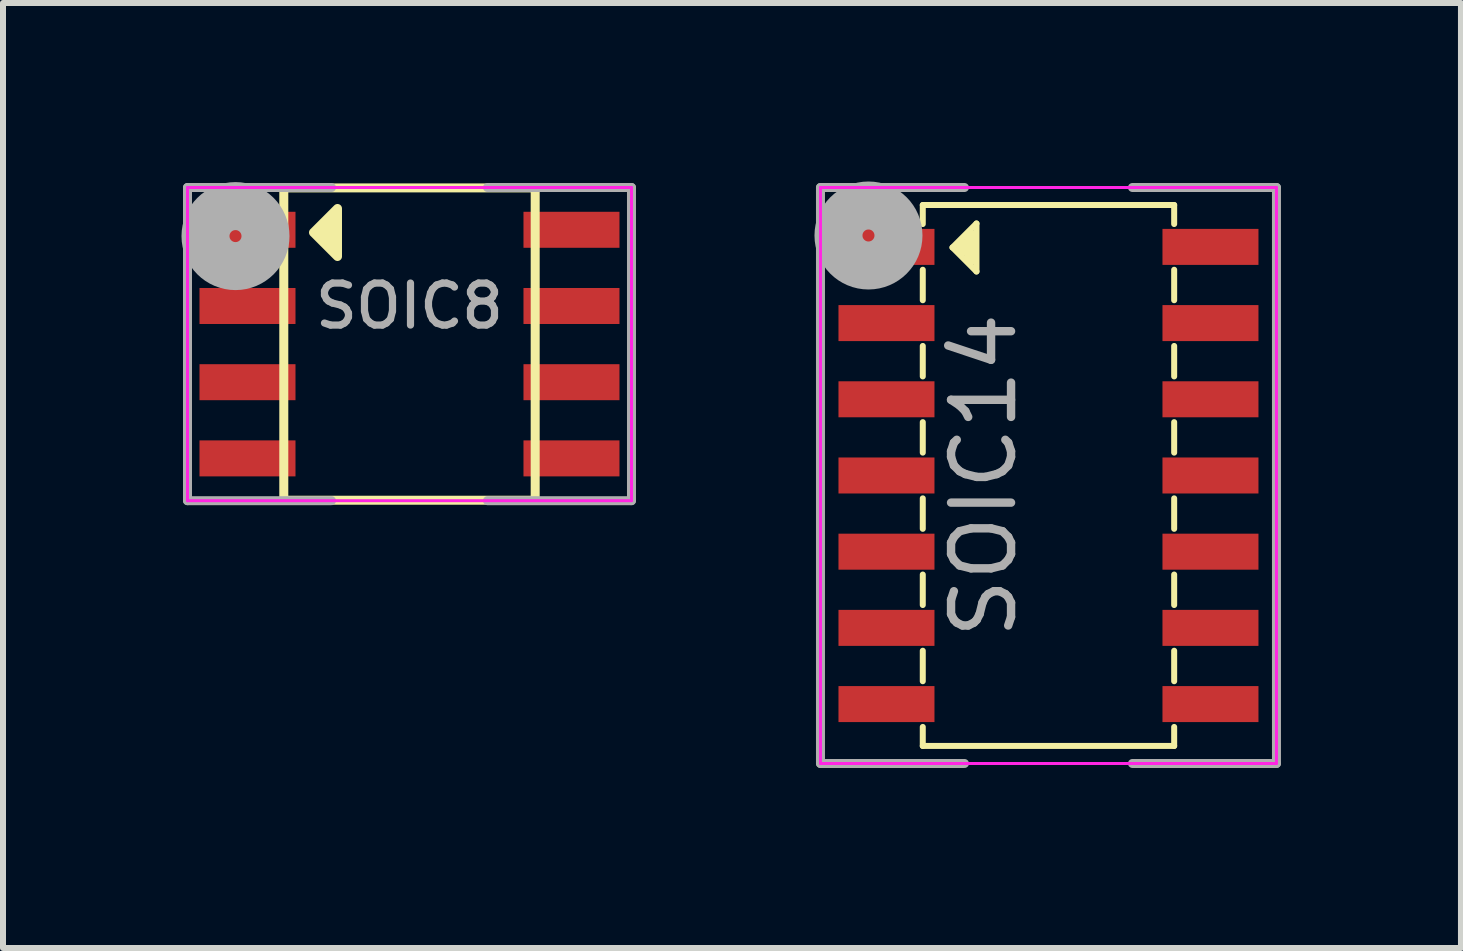
<source format=kicad_pcb>
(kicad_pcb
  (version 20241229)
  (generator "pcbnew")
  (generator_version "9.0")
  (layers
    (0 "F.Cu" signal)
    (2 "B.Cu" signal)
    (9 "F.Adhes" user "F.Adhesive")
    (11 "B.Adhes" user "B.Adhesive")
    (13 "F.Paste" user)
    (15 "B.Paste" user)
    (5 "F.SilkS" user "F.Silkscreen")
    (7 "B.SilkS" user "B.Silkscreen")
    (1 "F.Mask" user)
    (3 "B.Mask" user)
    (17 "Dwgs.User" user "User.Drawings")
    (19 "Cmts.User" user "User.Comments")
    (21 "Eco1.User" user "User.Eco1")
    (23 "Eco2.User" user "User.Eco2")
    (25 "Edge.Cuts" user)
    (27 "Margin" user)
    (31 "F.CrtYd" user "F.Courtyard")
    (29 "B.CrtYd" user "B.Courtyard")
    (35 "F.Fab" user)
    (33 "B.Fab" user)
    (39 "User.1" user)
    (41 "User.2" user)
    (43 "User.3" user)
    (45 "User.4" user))
  (footprint "SOIC8"
    (layer "F.Cu")
    (at 3.775 2.685)
    (property "Reference" "SOIC8" (at 0 -0.635 180) (layer "F.Fab") (effects (font (size 0.7 0.7) (thickness 0.12))))
    (attr smd)
    (fp_line (start -2.095 -2.603) (end 2.095 -2.603) (stroke (width 0.15) (type solid)) (layer "F.SilkS"))
    (fp_line (start -2.095 2.603) (end -2.095 -2.603) (stroke (width 0.15) (type solid)) (layer "F.SilkS"))
    (fp_line (start -2.095 2.603) (end 2.095 2.603) (stroke (width 0.15) (type solid)) (layer "F.SilkS"))
    (fp_line (start 2.095 2.603) (end 2.095 -2.603) (stroke (width 0.15) (type solid)) (layer "F.SilkS"))
    (fp_poly (pts (xy -1.2 -1.46) (xy -1.6 -1.86) (xy -1.2 -2.26)) (stroke (width 0.15) (type solid)) (fill yes) (layer "F.SilkS"))
    (fp_line (start -3.7 -2.61) (end -3.7 2.61) (stroke (width 0.05) (type solid)) (layer "F.CrtYd"))
    (fp_line (start -3.7 2.61) (end 3.7 2.61) (stroke (width 0.05) (type solid)) (layer "F.CrtYd"))
    (fp_line (start 3.7 -2.61) (end -3.7 -2.61) (stroke (width 0.05) (type solid)) (layer "F.CrtYd"))
    (fp_line (start 3.7 2.61) (end 3.7 -2.61) (stroke (width 0.05) (type solid)) (layer "F.CrtYd"))
    (fp_line (start -3.7 -2.61) (end -3.7 2.61) (stroke (width 0.15) (type solid)) (layer "F.Fab"))
    (fp_line (start -3.7 2.61) (end -1.3 2.61) (stroke (width 0.15) (type solid)) (layer "F.Fab"))
    (fp_line (start -1.3 -2.61) (end -3.7 -2.61) (stroke (width 0.15) (type solid)) (layer "F.Fab"))
    (fp_line (start 1.3 2.61) (end 3.7 2.61) (stroke (width 0.15) (type solid)) (layer "F.Fab"))
    (fp_line (start 3.7 -2.61) (end 1.3 -2.61) (stroke (width 0.15) (type solid)) (layer "F.Fab"))
    (fp_line (start 3.7 2.61) (end 3.7 -2.61) (stroke (width 0.15) (type solid)) (layer "F.Fab"))
    (fp_circle (center -2.9 -1.8) (end -2.9 -1.7) (stroke (width 0.8) (type solid)) (fill no) (layer "F.Fab"))
    (pad "1" smd rect (at -2.7 -1.905) (size 1.6 0.6) (layers "F.Cu" "F.Mask" "F.Paste"))
    (pad "2" smd rect (at -2.7 -0.635) (size 1.6 0.6) (layers "F.Cu" "F.Mask" "F.Paste"))
    (pad "3" smd rect (at -2.7 0.635) (size 1.6 0.6) (layers "F.Cu" "F.Mask" "F.Paste"))
    (pad "4" smd rect (at -2.7 1.905) (size 1.6 0.6) (layers "F.Cu" "F.Mask" "F.Paste"))
    (pad "5" smd rect (at 2.7 1.905) (size 1.6 0.6) (layers "F.Cu" "F.Mask" "F.Paste"))
    (pad "6" smd rect (at 2.7 0.635) (size 1.6 0.6) (layers "F.Cu" "F.Mask" "F.Paste"))
    (pad "7" smd rect (at 2.7 -0.635) (size 1.6 0.6) (layers "F.Cu" "F.Mask" "F.Paste"))
    (pad "8" smd rect (at 2.7 -1.905) (size 1.6 0.6) (layers "F.Cu" "F.Mask" "F.Paste")))
  (footprint "SOIC14"
    (layer "F.Cu")
    (at 14.425 4.875)
    (property "Reference" "SOIC14" (at -1.079 0 90) (layer "F.Fab") (effects (font (size 1 1) (thickness 0.14))))
    (attr smd)
    (fp_line (start -2.095 -4.508) (end 2.095 -4.508) (stroke (width 0.1) (type solid)) (layer "F.SilkS"))
    (fp_line (start -2.095 -4.191) (end -2.095 -4.508) (stroke (width 0.1) (type solid)) (layer "F.SilkS"))
    (fp_line (start -2.095 -2.921) (end -2.095 -3.429) (stroke (width 0.1) (type solid)) (layer "F.SilkS"))
    (fp_line (start -2.095 -1.651) (end -2.095 -2.159) (stroke (width 0.1) (type solid)) (layer "F.SilkS"))
    (fp_line (start -2.095 -0.381) (end -2.095 -0.889) (stroke (width 0.1) (type solid)) (layer "F.SilkS"))
    (fp_line (start -2.095 0.889) (end -2.095 0.381) (stroke (width 0.1) (type solid)) (layer "F.SilkS"))
    (fp_line (start -2.095 2.159) (end -2.095 1.651) (stroke (width 0.1) (type solid)) (layer "F.SilkS"))
    (fp_line (start -2.095 3.429) (end -2.095 2.921) (stroke (width 0.1) (type solid)) (layer "F.SilkS"))
    (fp_line (start -2.095 4.508) (end -2.095 4.191) (stroke (width 0.1) (type solid)) (layer "F.SilkS"))
    (fp_line (start -2.095 4.508) (end 2.095 4.508) (stroke (width 0.1) (type solid)) (layer "F.SilkS"))
    (fp_line (start -1.6 -3.8) (end -1.2 -4.2) (stroke (width 0.1) (type solid)) (layer "F.SilkS"))
    (fp_line (start -1.4 -3.8) (end -1.3 -3.8) (stroke (width 0.28) (type solid)) (layer "F.SilkS"))
    (fp_line (start -1.3 -4) (end -1.3 -3.6) (stroke (width 0.2) (type solid)) (layer "F.SilkS"))
    (fp_line (start -1.2 -4.2) (end -1.2 -3.4) (stroke (width 0.1) (type solid)) (layer "F.SilkS"))
    (fp_line (start -1.2 -3.4) (end -1.6 -3.8) (stroke (width 0.1) (type solid)) (layer "F.SilkS"))
    (fp_line (start 2.095 -4.191) (end 2.095 -4.508) (stroke (width 0.1) (type solid)) (layer "F.SilkS"))
    (fp_line (start 2.095 -2.921) (end 2.095 -3.429) (stroke (width 0.1) (type solid)) (layer "F.SilkS"))
    (fp_line (start 2.095 -1.651) (end 2.095 -2.159) (stroke (width 0.1) (type solid)) (layer "F.SilkS"))
    (fp_line (start 2.095 -0.381) (end 2.095 -0.889) (stroke (width 0.1) (type solid)) (layer "F.SilkS"))
    (fp_line (start 2.095 0.889) (end 2.095 0.381) (stroke (width 0.1) (type solid)) (layer "F.SilkS"))
    (fp_line (start 2.095 2.159) (end 2.095 1.651) (stroke (width 0.1) (type solid)) (layer "F.SilkS"))
    (fp_line (start 2.095 3.429) (end 2.095 2.921) (stroke (width 0.1) (type solid)) (layer "F.SilkS"))
    (fp_line (start 2.095 4.508) (end 2.095 4.191) (stroke (width 0.1) (type solid)) (layer "F.SilkS"))
    (fp_line (start -3.8 -4.8) (end -3.8 4.8) (stroke (width 0.05) (type solid)) (layer "F.CrtYd"))
    (fp_line (start -3.8 4.8) (end 3.8 4.8) (stroke (width 0.05) (type solid)) (layer "F.CrtYd"))
    (fp_line (start 3.8 -4.8) (end -3.8 -4.8) (stroke (width 0.05) (type solid)) (layer "F.CrtYd"))
    (fp_line (start 3.8 4.8) (end 3.8 -4.8) (stroke (width 0.05) (type solid)) (layer "F.CrtYd"))
    (fp_line (start -3.8 -4.8) (end -1.4 -4.8) (stroke (width 0.15) (type solid)) (layer "F.Fab"))
    (fp_line (start -3.8 4.8) (end -3.8 -4.8) (stroke (width 0.15) (type solid)) (layer "F.Fab"))
    (fp_line (start -1.4 4.8) (end -3.8 4.8) (stroke (width 0.15) (type solid)) (layer "F.Fab"))
    (fp_line (start 1.4 -4.8) (end 3.8 -4.8) (stroke (width 0.15) (type solid)) (layer "F.Fab"))
    (fp_line (start 3.8 -4.8) (end 3.8 4.8) (stroke (width 0.15) (type solid)) (layer "F.Fab"))
    (fp_line (start 3.8 4.8) (end 1.4 4.8) (stroke (width 0.15) (type solid)) (layer "F.Fab"))
    (fp_circle (center -3 -4) (end -3 -3.9) (stroke (width 0.8) (type solid)) (fill no) (layer "F.Fab"))
    (pad "1" smd rect (at -2.7 -3.81) (size 1.6 0.6) (layers "F.Cu" "F.Mask" "F.Paste"))
    (pad "2" smd rect (at -2.7 -2.54) (size 1.6 0.6) (layers "F.Cu" "F.Mask" "F.Paste"))
    (pad "3" smd rect (at -2.7 -1.27) (size 1.6 0.6) (layers "F.Cu" "F.Mask" "F.Paste"))
    (pad "4" smd rect (at -2.7 0) (size 1.6 0.6) (layers "F.Cu" "F.Mask" "F.Paste"))
    (pad "5" smd rect (at -2.7 1.27) (size 1.6 0.6) (layers "F.Cu" "F.Mask" "F.Paste"))
    (pad "6" smd rect (at -2.7 2.54) (size 1.6 0.6) (layers "F.Cu" "F.Mask" "F.Paste"))
    (pad "7" smd rect (at -2.7 3.81) (size 1.6 0.6) (layers "F.Cu" "F.Mask" "F.Paste"))
    (pad "8" smd rect (at 2.7 3.81) (size 1.6 0.6) (layers "F.Cu" "F.Mask" "F.Paste"))
    (pad "9" smd rect (at 2.7 2.54) (size 1.6 0.6) (layers "F.Cu" "F.Mask" "F.Paste"))
    (pad "10" smd rect (at 2.7 1.27) (size 1.6 0.6) (layers "F.Cu" "F.Mask" "F.Paste"))
    (pad "11" smd rect (at 2.7 0) (size 1.6 0.6) (layers "F.Cu" "F.Mask" "F.Paste"))
    (pad "12" smd rect (at 2.7 -1.27) (size 1.6 0.6) (layers "F.Cu" "F.Mask" "F.Paste"))
    (pad "13" smd rect (at 2.7 -2.54) (size 1.6 0.6) (layers "F.Cu" "F.Mask" "F.Paste"))
    (pad "14" smd rect (at 2.7 -3.81) (size 1.6 0.6) (layers "F.Cu" "F.Mask" "F.Paste")))
  (gr_rect
    (start -3 -3)
    (end 21.3 12.75)
    (stroke (width 0.1) (type default))
    (fill no)
    (layer "Edge.Cuts")))
</source>
